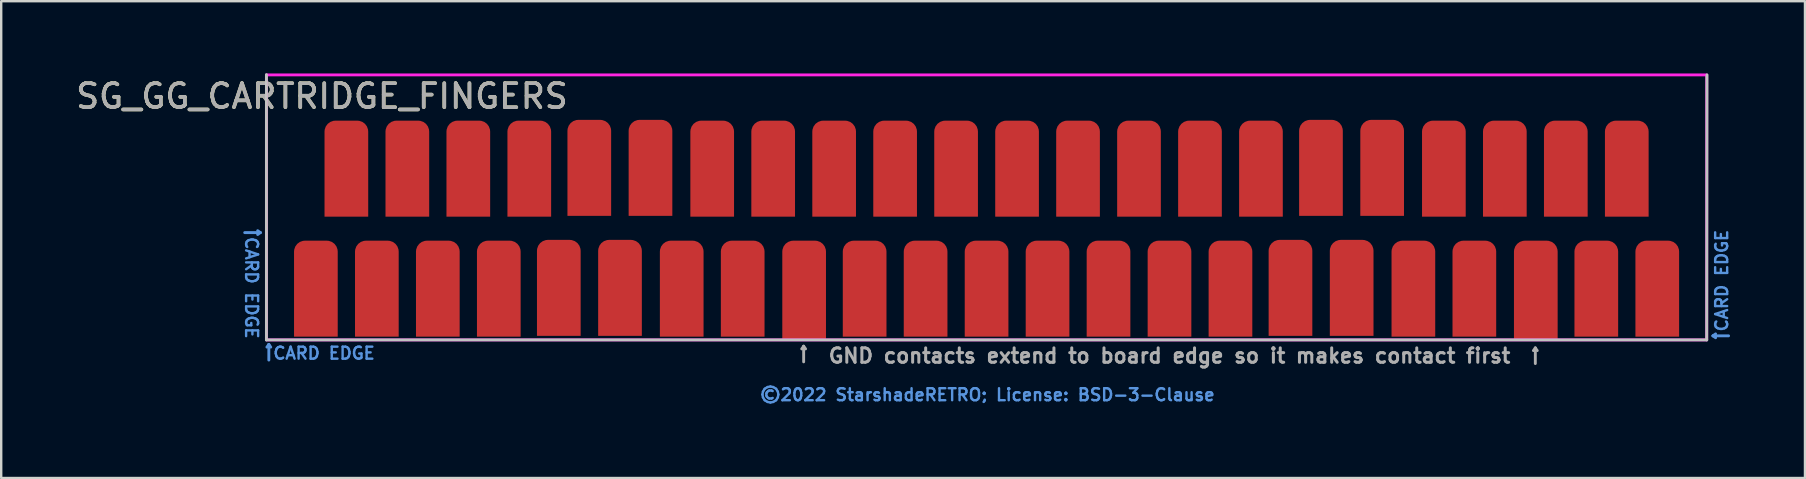
<source format=kicad_pcb>
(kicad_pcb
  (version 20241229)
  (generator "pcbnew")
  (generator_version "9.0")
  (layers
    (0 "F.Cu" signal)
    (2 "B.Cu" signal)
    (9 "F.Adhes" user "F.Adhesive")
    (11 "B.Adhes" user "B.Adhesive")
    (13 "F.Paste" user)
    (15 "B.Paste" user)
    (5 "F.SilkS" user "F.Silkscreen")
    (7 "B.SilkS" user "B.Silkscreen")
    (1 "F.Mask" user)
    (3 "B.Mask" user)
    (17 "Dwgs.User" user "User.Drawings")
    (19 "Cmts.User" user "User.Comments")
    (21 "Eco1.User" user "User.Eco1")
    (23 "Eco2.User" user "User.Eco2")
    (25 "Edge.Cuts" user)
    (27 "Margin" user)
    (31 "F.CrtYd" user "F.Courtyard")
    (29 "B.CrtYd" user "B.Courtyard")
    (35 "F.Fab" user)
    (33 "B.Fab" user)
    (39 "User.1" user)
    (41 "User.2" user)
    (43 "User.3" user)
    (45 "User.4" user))
  (footprint "SG_GG_CARTRIDGE_FINGERS"
    (layer "F.Cu")
    (at 38.079 6.496)
    (property "Reference" "SG_GG_CARTRIDGE_FINGERS" (at -27.716 -5.536 0) (unlocked yes) (layer "F.SilkS") (effects (font (size 1 1) (thickness 0.15))))
    (fp_line (start -30.03 -6.436) (end -30.03 4.614) (stroke (width 0.12) (type solid)) (layer "Dwgs.User"))
    (fp_line (start -30.03 4.614) (end 29.97 4.614) (stroke (width 0.12) (type solid)) (layer "Dwgs.User"))
    (fp_line (start 29.97 4.614) (end 29.98 -6.426) (stroke (width 0.12) (type solid)) (layer "Dwgs.User"))
    (fp_line (start -30.935 0.144) (end -30.285 0.144) (stroke (width 0.12) (type solid)) (layer "Cmts.User"))
    (fp_line (start -30.285 0.144) (end -30.395 0.064) (stroke (width 0.12) (type solid)) (layer "Cmts.User"))
    (fp_line (start -30.285 0.144) (end -30.395 0.224) (stroke (width 0.12) (type solid)) (layer "Cmts.User"))
    (fp_line (start -29.93 4.804) (end -30.01 4.914) (stroke (width 0.12) (type solid)) (layer "Cmts.User"))
    (fp_line (start -29.93 4.804) (end -29.85 4.914) (stroke (width 0.12) (type solid)) (layer "Cmts.User"))
    (fp_line (start -29.93 5.454) (end -29.93 4.804) (stroke (width 0.12) (type solid)) (layer "Cmts.User"))
    (fp_line (start 30.23 4.444) (end 30.34 4.364) (stroke (width 0.12) (type solid)) (layer "Cmts.User"))
    (fp_line (start 30.23 4.444) (end 30.34 4.524) (stroke (width 0.12) (type solid)) (layer "Cmts.User"))
    (fp_line (start 30.88 4.444) (end 30.23 4.444) (stroke (width 0.12) (type solid)) (layer "Cmts.User"))
    (fp_rect (start -30.03 4.614) (end 29.97 -6.426) (stroke (width 0.12) (type solid)) (fill no) (layer "F.CrtYd"))
    (fp_line (start -7.65 4.878) (end -7.73 4.988) (stroke (width 0.12) (type solid)) (layer "F.Fab"))
    (fp_line (start -7.65 4.878) (end -7.57 4.988) (stroke (width 0.12) (type solid)) (layer "F.Fab"))
    (fp_line (start -7.65 5.528) (end -7.65 4.878) (stroke (width 0.12) (type solid)) (layer "F.Fab"))
    (fp_line (start 22.83 4.949) (end 22.75 5.059) (stroke (width 0.12) (type solid)) (layer "F.Fab"))
    (fp_line (start 22.83 4.949) (end 22.91 5.059) (stroke (width 0.12) (type solid)) (layer "F.Fab"))
    (fp_line (start 22.83 5.599) (end 22.83 4.949) (stroke (width 0.12) (type solid)) (layer "F.Fab"))
    (fp_text user "CARD EDGE" (at 30.595 2.144 90) (unlocked yes) (layer "Cmts.User") (effects (font (size 0.5 0.5) (thickness 0.1))))
    (fp_text user "©2022 StarshadeRETRO; License: BSD-3-Clause" (at 0 6.9 0) (layer "Cmts.User") (effects (font (size 0.5 0.5) (thickness 0.1))))
    (fp_text user "CARD EDGE" (at -30.65 2.444 270) (unlocked yes) (layer "Cmts.User") (effects (font (size 0.5 0.5) (thickness 0.1))))
    (fp_text user "CARD EDGE" (at -27.63 5.169 0) (unlocked yes) (layer "Cmts.User") (effects (font (size 0.5 0.5) (thickness 0.1))))
    (fp_text user "GND contacts extend to board edge so it makes contact first" (at 7.59 5.274 0) (unlocked yes) (layer "F.Fab") (effects (font (size 0.6 0.6) (thickness 0.125))))
    (fp_text user "${REFERENCE}" (at -27.716 -5.536 0) (unlocked yes) (layer "F.Fab") (effects (font (size 1 1) (thickness 0.15))))
    (pad "1" connect roundrect (at -27.97 2.48) (size 1.82 4) (layers "F.Cu" "F.Mask") (roundrect_rratio 0.25) (chamfer_ratio 0) (chamfer bottom_left bottom_right))
    (pad "2" connect roundrect (at -26.7 -2.52) (size 1.82 4) (layers "F.Cu" "F.Mask") (roundrect_rratio 0.25) (chamfer_ratio 0) (chamfer bottom_left bottom_right))
    (pad "3" connect roundrect (at -25.43 2.48) (size 1.82 4) (layers "F.Cu" "F.Mask") (roundrect_rratio 0.25) (chamfer_ratio 0) (chamfer bottom_left bottom_right))
    (pad "4" connect roundrect (at -24.16 -2.52) (size 1.82 4) (layers "F.Cu" "F.Mask") (roundrect_rratio 0.25) (chamfer_ratio 0) (chamfer bottom_left bottom_right))
    (pad "5" connect roundrect (at -22.89 2.48) (size 1.82 4) (layers "F.Cu" "F.Mask") (roundrect_rratio 0.25) (chamfer_ratio 0) (chamfer bottom_left bottom_right))
    (pad "6" connect roundrect (at -21.62 -2.52) (size 1.82 4) (layers "F.Cu" "F.Mask") (roundrect_rratio 0.25) (chamfer_ratio 0) (chamfer bottom_left bottom_right))
    (pad "7" connect roundrect (at -20.35 2.48) (size 1.82 4) (layers "F.Cu" "F.Mask") (roundrect_rratio 0.25) (chamfer_ratio 0) (chamfer bottom_left bottom_right))
    (pad "8" connect roundrect (at -19.08 -2.52) (size 1.82 4) (layers "F.Cu" "F.Mask") (roundrect_rratio 0.25) (chamfer_ratio 0) (chamfer bottom_left bottom_right))
    (pad "9" connect roundrect (at -17.85 2.447) (size 1.82 4) (layers "F.Cu" "F.Mask") (roundrect_rratio 0.25) (chamfer_ratio 0) (chamfer bottom_left bottom_right))
    (pad "10" connect roundrect (at -16.58 -2.553) (size 1.82 4) (layers "F.Cu" "F.Mask") (roundrect_rratio 0.25) (chamfer_ratio 0) (chamfer bottom_left bottom_right))
    (pad "11" connect roundrect (at -15.301 2.447) (size 1.82 4) (layers "F.Cu" "F.Mask") (roundrect_rratio 0.25) (chamfer_ratio 0) (chamfer bottom_left bottom_right))
    (pad "12" connect roundrect (at -14.031 -2.553) (size 1.82 4) (layers "F.Cu" "F.Mask") (roundrect_rratio 0.25) (chamfer_ratio 0) (chamfer bottom_left bottom_right))
    (pad "13" connect roundrect (at -12.73 2.48) (size 1.82 4) (layers "F.Cu" "F.Mask") (roundrect_rratio 0.25) (chamfer_ratio 0) (chamfer bottom_left bottom_right))
    (pad "14" connect roundrect (at -11.46 -2.52) (size 1.82 4) (layers "F.Cu" "F.Mask") (roundrect_rratio 0.25) (chamfer_ratio 0) (chamfer bottom_left bottom_right))
    (pad "15" connect roundrect (at -10.19 2.48) (size 1.82 4) (layers "F.Cu" "F.Mask") (roundrect_rratio 0.25) (chamfer_ratio 0) (chamfer bottom_left bottom_right))
    (pad "16" connect roundrect (at -8.92 -2.52) (size 1.82 4) (layers "F.Cu" "F.Mask") (roundrect_rratio 0.25) (chamfer_ratio 0) (chamfer bottom_left bottom_right))
    (pad "17" connect roundrect (at -7.63 2.545) (size 1.82 4.13) (layers "F.Cu" "F.Mask") (roundrect_rratio 0.25) (chamfer_ratio 0) (chamfer bottom_left bottom_right))
    (pad "18" connect roundrect (at -6.38 -2.52) (size 1.82 4) (layers "F.Cu" "F.Mask") (roundrect_rratio 0.25) (chamfer_ratio 0) (chamfer bottom_left bottom_right))
    (pad "19" connect roundrect (at -5.11 2.48) (size 1.82 4) (layers "F.Cu" "F.Mask") (roundrect_rratio 0.25) (chamfer_ratio 0) (chamfer bottom_left bottom_right))
    (pad "20" connect roundrect (at -3.84 -2.52) (size 1.82 4) (layers "F.Cu" "F.Mask") (roundrect_rratio 0.25) (chamfer_ratio 0) (chamfer bottom_left bottom_right))
    (pad "21" connect roundrect (at -2.57 2.48) (size 1.82 4) (layers "F.Cu" "F.Mask") (roundrect_rratio 0.25) (chamfer_ratio 0) (chamfer bottom_left bottom_right))
    (pad "22" connect roundrect (at -1.3 -2.52) (size 1.82 4) (layers "F.Cu" "F.Mask") (roundrect_rratio 0.25) (chamfer_ratio 0) (chamfer bottom_left bottom_right))
    (pad "23" connect roundrect (at -0.03 2.48) (size 1.82 4) (layers "F.Cu" "F.Mask") (roundrect_rratio 0.25) (chamfer_ratio 0) (chamfer bottom_left bottom_right))
    (pad "24" connect roundrect (at 1.24 -2.52) (size 1.82 4) (layers "F.Cu" "F.Mask") (roundrect_rratio 0.25) (chamfer_ratio 0) (chamfer bottom_left bottom_right))
    (pad "25" connect roundrect (at 2.51 2.48) (size 1.82 4) (layers "F.Cu" "F.Mask") (roundrect_rratio 0.25) (chamfer_ratio 0) (chamfer bottom_left bottom_right))
    (pad "26" connect roundrect (at 3.78 -2.52) (size 1.82 4) (layers "F.Cu" "F.Mask") (roundrect_rratio 0.25) (chamfer_ratio 0) (chamfer bottom_left bottom_right))
    (pad "27" connect roundrect (at 5.05 2.48) (size 1.82 4) (layers "F.Cu" "F.Mask") (roundrect_rratio 0.25) (chamfer_ratio 0) (chamfer bottom_left bottom_right))
    (pad "28" connect roundrect (at 6.32 -2.52) (size 1.82 4) (layers "F.Cu" "F.Mask") (roundrect_rratio 0.25) (chamfer_ratio 0) (chamfer bottom_left bottom_right))
    (pad "29" connect roundrect (at 7.59 2.48) (size 1.82 4) (layers "F.Cu" "F.Mask") (roundrect_rratio 0.25) (chamfer_ratio 0) (chamfer bottom_left bottom_right))
    (pad "30" connect roundrect (at 8.86 -2.52) (size 1.82 4) (layers "F.Cu" "F.Mask") (roundrect_rratio 0.25) (chamfer_ratio 0) (chamfer bottom_left bottom_right))
    (pad "31" connect roundrect (at 10.13 2.48) (size 1.82 4) (layers "F.Cu" "F.Mask") (roundrect_rratio 0.25) (chamfer_ratio 0) (chamfer bottom_left bottom_right))
    (pad "32" connect roundrect (at 11.4 -2.52) (size 1.82 4) (layers "F.Cu" "F.Mask") (roundrect_rratio 0.25) (chamfer_ratio 0) (chamfer bottom_left bottom_right))
    (pad "33" connect roundrect (at 12.63 2.447) (size 1.82 4) (layers "F.Cu" "F.Mask") (roundrect_rratio 0.25) (chamfer_ratio 0) (chamfer bottom_left bottom_right))
    (pad "34" connect roundrect (at 13.9 -2.553) (size 1.82 4) (layers "F.Cu" "F.Mask") (roundrect_rratio 0.25) (chamfer_ratio 0) (chamfer bottom_left bottom_right))
    (pad "35" connect roundrect (at 15.179 2.447) (size 1.82 4) (layers "F.Cu" "F.Mask") (roundrect_rratio 0.25) (chamfer_ratio 0) (chamfer bottom_left bottom_right))
    (pad "36" connect roundrect (at 16.449 -2.553) (size 1.82 4) (layers "F.Cu" "F.Mask") (roundrect_rratio 0.25) (chamfer_ratio 0) (chamfer bottom_left bottom_right))
    (pad "37" connect roundrect (at 17.75 2.48) (size 1.82 4) (layers "F.Cu" "F.Mask") (roundrect_rratio 0.25) (chamfer_ratio 0) (chamfer bottom_left bottom_right))
    (pad "38" connect roundrect (at 19.02 -2.52) (size 1.82 4) (layers "F.Cu" "F.Mask") (roundrect_rratio 0.25) (chamfer_ratio 0) (chamfer bottom_left bottom_right))
    (pad "39" connect roundrect (at 20.29 2.48) (size 1.82 4) (layers "F.Cu" "F.Mask") (roundrect_rratio 0.25) (chamfer_ratio 0) (chamfer bottom_left bottom_right))
    (pad "40" connect roundrect (at 21.56 -2.52) (size 1.82 4) (layers "F.Cu" "F.Mask") (roundrect_rratio 0.25) (chamfer_ratio 0) (chamfer bottom_left bottom_right))
    (pad "41" connect roundrect (at 22.85 2.545) (size 1.82 4.13) (layers "F.Cu" "F.Mask") (roundrect_rratio 0.25) (chamfer_ratio 0) (chamfer bottom_left bottom_right))
    (pad "42" connect roundrect (at 24.1 -2.52) (size 1.82 4) (layers "F.Cu" "F.Mask") (roundrect_rratio 0.25) (chamfer_ratio 0) (chamfer bottom_left bottom_right))
    (pad "43" connect roundrect (at 25.37 2.48) (size 1.82 4) (layers "F.Cu" "F.Mask") (roundrect_rratio 0.25) (chamfer_ratio 0) (chamfer bottom_left bottom_right))
    (pad "44" connect roundrect (at 26.64 -2.52) (size 1.82 4) (layers "F.Cu" "F.Mask") (roundrect_rratio 0.25) (chamfer_ratio 0) (chamfer bottom_left bottom_right))
    (pad "45" connect roundrect (at 27.91 2.48) (size 1.82 4) (layers "F.Cu" "F.Mask") (roundrect_rratio 0.25) (chamfer_ratio 0) (chamfer bottom_left bottom_right)))
  (gr_rect
    (start -3 -3)
    (end 72.142 16.864)
    (stroke (width 0.1) (type default))
    (fill no)
    (layer "Edge.Cuts")))
</source>
